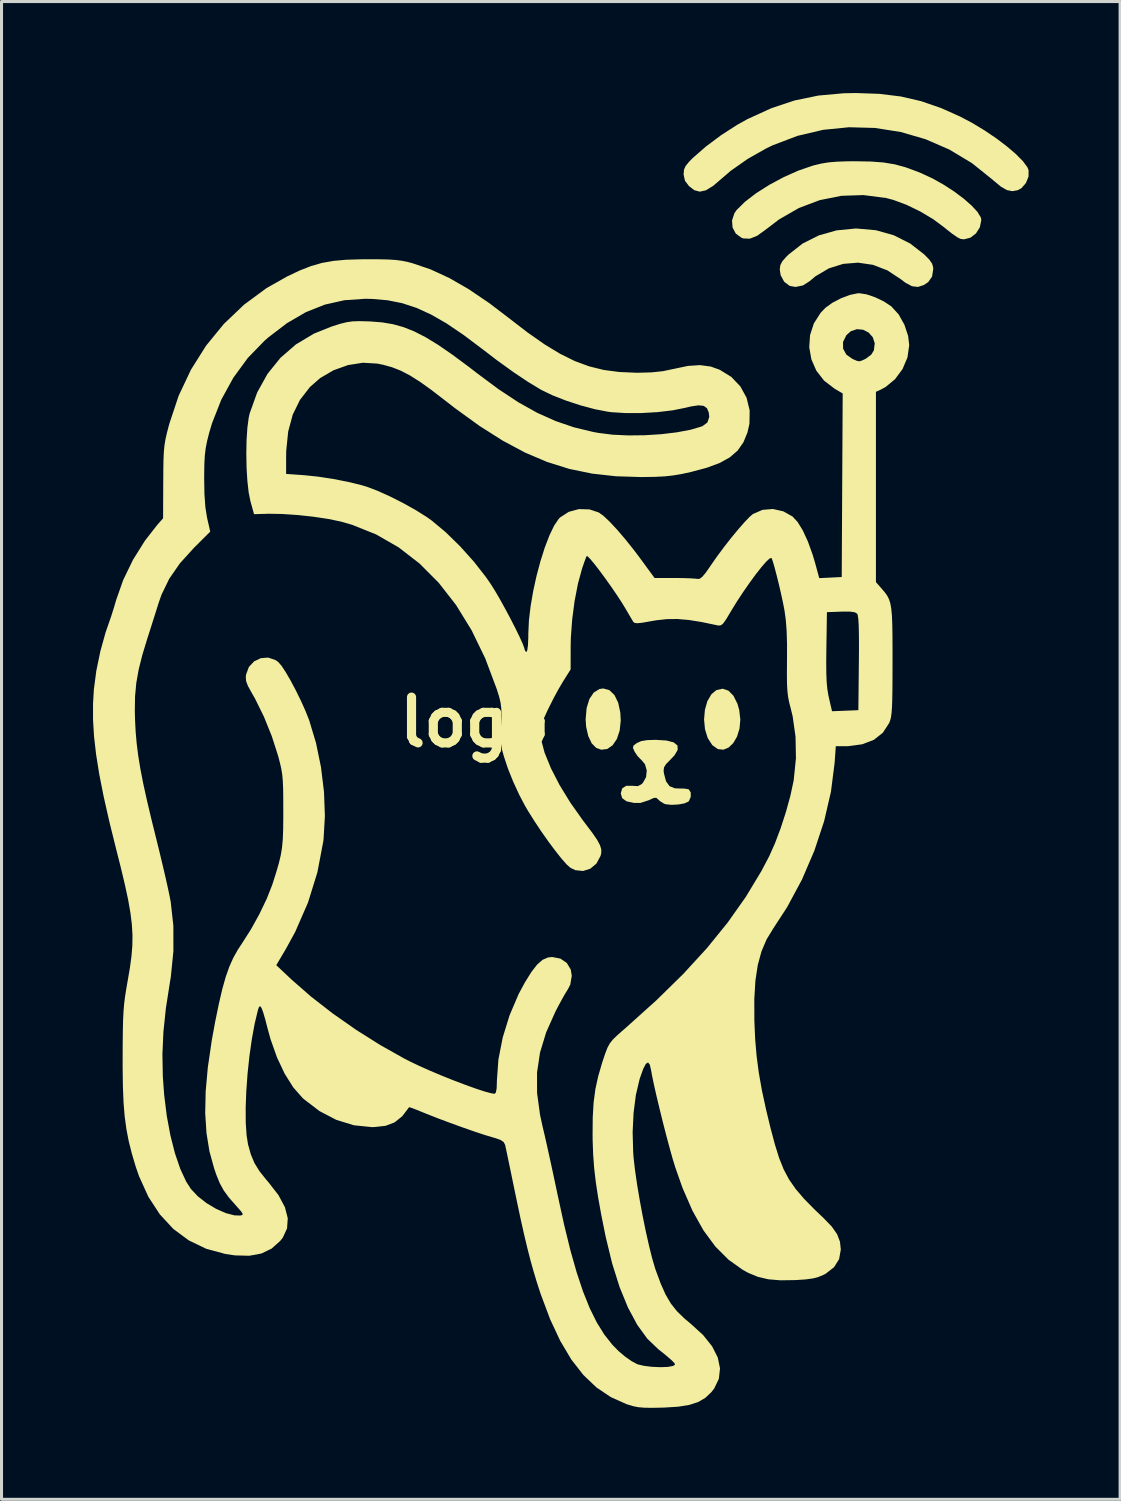
<source format=kicad_pcb>
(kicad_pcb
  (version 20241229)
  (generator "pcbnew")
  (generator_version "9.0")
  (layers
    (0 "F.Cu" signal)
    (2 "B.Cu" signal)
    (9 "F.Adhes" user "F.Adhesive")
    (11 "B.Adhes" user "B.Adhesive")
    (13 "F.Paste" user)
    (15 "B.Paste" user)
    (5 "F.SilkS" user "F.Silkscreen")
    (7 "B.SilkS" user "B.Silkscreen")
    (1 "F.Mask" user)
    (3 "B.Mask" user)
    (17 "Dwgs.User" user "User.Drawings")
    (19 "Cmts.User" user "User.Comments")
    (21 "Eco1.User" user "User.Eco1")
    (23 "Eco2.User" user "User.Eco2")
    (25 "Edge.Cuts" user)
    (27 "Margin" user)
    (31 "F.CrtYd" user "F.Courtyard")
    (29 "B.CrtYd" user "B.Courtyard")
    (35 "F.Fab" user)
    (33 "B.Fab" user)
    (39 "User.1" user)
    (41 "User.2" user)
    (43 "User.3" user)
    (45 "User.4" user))
  (footprint "logo"
    (layer "F.Cu")
    (at 12.514 20.628)
    (property "Reference" "logo" (at 0 0 0) (layer "F.SilkS") (effects (font (size 1.5 1.5) (thickness 0.3))))
    (attr board_only exclude_from_pos_files exclude_from_bom)
    (fp_poly (pts (xy 4.416 -1.05) (xy 4.582 -0.89) (xy 4.704 -0.64) (xy 4.774 -0.315) (xy 4.788 -0.054) (xy 4.753 0.278) (xy 4.66 0.553) (xy 4.52 0.758) (xy 4.346 0.879) (xy 4.15 0.903) (xy 3.985 0.844) (xy 3.836 0.694) (xy 3.722 0.453) (xy 3.653 0.15) (xy 3.637 -0.09) (xy 3.669 -0.461) (xy 3.76 -0.759) (xy 3.903 -0.972) (xy 4.091 -1.088) (xy 4.214 -1.106)) (stroke (width 0) (type solid)) (fill yes) (layer "F.SilkS"))
    (fp_poly (pts (xy 8.319 -1.034) (xy 8.484 -0.866) (xy 8.615 -0.602) (xy 8.673 -0.398) (xy 8.709 -0.083) (xy 8.682 0.212) (xy 8.601 0.472) (xy 8.479 0.683) (xy 8.326 0.831) (xy 8.154 0.902) (xy 7.972 0.882) (xy 7.793 0.755) (xy 7.787 0.75) (xy 7.638 0.517) (xy 7.55 0.229) (xy 7.52 -0.088) (xy 7.547 -0.403) (xy 7.628 -0.69) (xy 7.762 -0.918) (xy 7.921 -1.05) (xy 8.128 -1.098)) (stroke (width 0) (type solid)) (fill yes) (layer "F.SilkS"))
    (fp_poly (pts (xy 13.152 -16.13) (xy 13.742 -15.964) (xy 14.28 -15.692) (xy 14.736 -15.338) (xy 14.906 -15.165) (xy 14.998 -15.031) (xy 15.032 -14.904) (xy 15.034 -14.86) (xy 14.995 -14.609) (xy 14.869 -14.429) (xy 14.722 -14.332) (xy 14.53 -14.27) (xy 14.336 -14.294) (xy 14.117 -14.412) (xy 13.975 -14.52) (xy 13.53 -14.813) (xy 13.057 -14.995) (xy 12.57 -15.066) (xy 12.083 -15.027) (xy 11.612 -14.879) (xy 11.173 -14.62) (xy 10.97 -14.451) (xy 10.759 -14.319) (xy 10.521 -14.27) (xy 10.327 -14.304) (xy 10.146 -14.441) (xy 10.031 -14.655) (xy 10.002 -14.846) (xy 10.02 -14.984) (xy 10.086 -15.112) (xy 10.222 -15.266) (xy 10.291 -15.333) (xy 10.752 -15.694) (xy 11.282 -15.96) (xy 11.865 -16.125) (xy 12.487 -16.186) (xy 12.518 -16.186)) (stroke (width 0) (type solid)) (fill yes) (layer "F.SilkS"))
    (fp_poly (pts (xy 12.988 -18.382) (xy 13.404 -18.351) (xy 13.775 -18.289) (xy 14.136 -18.19) (xy 14.525 -18.047) (xy 14.647 -17.997) (xy 15.013 -17.826) (xy 15.377 -17.622) (xy 15.723 -17.397) (xy 16.034 -17.164) (xy 16.293 -16.937) (xy 16.485 -16.728) (xy 16.593 -16.55) (xy 16.61 -16.467) (xy 16.562 -16.226) (xy 16.434 -16.024) (xy 16.253 -15.885) (xy 16.042 -15.831) (xy 15.929 -15.845) (xy 15.821 -15.9) (xy 15.654 -16.015) (xy 15.458 -16.168) (xy 15.398 -16.219) (xy 15.037 -16.488) (xy 14.61 -16.743) (xy 14.159 -16.962) (xy 13.724 -17.124) (xy 13.488 -17.186) (xy 12.746 -17.282) (xy 12.019 -17.258) (xy 11.312 -17.116) (xy 10.631 -16.859) (xy 9.982 -16.486) (xy 9.537 -16.147) (xy 9.259 -15.946) (xy 9.019 -15.852) (xy 8.805 -15.861) (xy 8.751 -15.88) (xy 8.561 -16.018) (xy 8.454 -16.219) (xy 8.437 -16.451) (xy 8.514 -16.686) (xy 8.588 -16.793) (xy 8.863 -17.064) (xy 9.229 -17.345) (xy 9.66 -17.618) (xy 10.128 -17.869) (xy 10.607 -18.083) (xy 11.068 -18.242) (xy 11.124 -18.258) (xy 11.362 -18.315) (xy 11.6 -18.354) (xy 11.87 -18.377) (xy 12.204 -18.389) (xy 12.488 -18.391)) (stroke (width 0) (type solid)) (fill yes) (layer "F.SilkS"))
    (fp_poly (pts (xy 6.288 0.601) (xy 6.525 0.663) (xy 6.648 0.764) (xy 6.656 0.906) (xy 6.55 1.087) (xy 6.419 1.226) (xy 6.275 1.372) (xy 6.207 1.481) (xy 6.193 1.593) (xy 6.204 1.678) (xy 6.273 1.939) (xy 6.388 2.098) (xy 6.562 2.168) (xy 6.691 2.173) (xy 6.869 2.177) (xy 6.999 2.197) (xy 7.022 2.207) (xy 7.083 2.305) (xy 7.083 2.449) (xy 7.026 2.581) (xy 7 2.608) (xy 6.87 2.664) (xy 6.671 2.699) (xy 6.453 2.71) (xy 6.268 2.691) (xy 6.212 2.674) (xy 6.074 2.588) (xy 6.013 2.53) (xy 5.952 2.479) (xy 5.869 2.484) (xy 5.727 2.55) (xy 5.712 2.557) (xy 5.432 2.648) (xy 5.229 2.648) (xy 4.979 2.595) (xy 4.836 2.492) (xy 4.789 2.336) (xy 4.789 2.334) (xy 4.836 2.17) (xy 4.969 2.085) (xy 5.178 2.086) (xy 5.345 2.097) (xy 5.465 2.037) (xy 5.512 1.991) (xy 5.618 1.803) (xy 5.641 1.584) (xy 5.583 1.38) (xy 5.485 1.261) (xy 5.342 1.115) (xy 5.242 0.966) (xy 5.187 0.841) (xy 5.208 0.765) (xy 5.315 0.685) (xy 5.456 0.621) (xy 5.657 0.588) (xy 5.937 0.579)) (stroke (width 0) (type solid)) (fill yes) (layer "F.SilkS"))
    (fp_poly (pts (xy 13.266 -20.601) (xy 13.971 -20.515) (xy 14.636 -20.361) (xy 15.298 -20.132) (xy 15.916 -19.856) (xy 16.317 -19.644) (xy 16.715 -19.403) (xy 17.096 -19.146) (xy 17.442 -18.884) (xy 17.739 -18.631) (xy 17.969 -18.399) (xy 18.117 -18.201) (xy 18.16 -18.099) (xy 18.158 -17.889) (xy 18.072 -17.677) (xy 17.925 -17.508) (xy 17.805 -17.442) (xy 17.626 -17.41) (xy 17.45 -17.445) (xy 17.254 -17.557) (xy 17.013 -17.756) (xy 16.983 -17.784) (xy 16.303 -18.329) (xy 15.565 -18.773) (xy 14.781 -19.114) (xy 13.964 -19.351) (xy 13.123 -19.483) (xy 12.272 -19.506) (xy 11.422 -19.421) (xy 10.584 -19.224) (xy 9.771 -18.915) (xy 9.561 -18.814) (xy 8.946 -18.466) (xy 8.396 -18.079) (xy 8.093 -17.819) (xy 7.811 -17.579) (xy 7.578 -17.438) (xy 7.379 -17.394) (xy 7.2 -17.442) (xy 7.027 -17.575) (xy 6.895 -17.749) (xy 6.851 -17.943) (xy 6.85 -17.98) (xy 6.863 -18.119) (xy 6.917 -18.239) (xy 7.031 -18.378) (xy 7.153 -18.501) (xy 7.582 -18.875) (xy 8.08 -19.247) (xy 8.6 -19.582) (xy 8.947 -19.775) (xy 9.725 -20.13) (xy 10.488 -20.384) (xy 11.267 -20.545) (xy 12.096 -20.62) (xy 12.488 -20.628)) (stroke (width 0) (type solid)) (fill yes) (layer "F.SilkS"))
    (fp_poly (pts (xy -3.141 -15.177) (xy -2.83 -15.17) (xy -2.586 -15.154) (xy -2.381 -15.127) (xy -2.19 -15.087) (xy -2.044 -15.049) (xy -1.447 -14.846) (xy -0.836 -14.564) (xy -0.199 -14.198) (xy 0.477 -13.74) (xy 1.117 -13.252) (xy 1.733 -12.778) (xy 2.288 -12.389) (xy 2.799 -12.079) (xy 3.282 -11.84) (xy 3.754 -11.666) (xy 4.233 -11.548) (xy 4.735 -11.482) (xy 5.276 -11.458) (xy 5.353 -11.457) (xy 5.797 -11.469) (xy 6.169 -11.508) (xy 6.512 -11.58) (xy 6.522 -11.582) (xy 6.992 -11.681) (xy 7.389 -11.707) (xy 7.739 -11.66) (xy 8.029 -11.557) (xy 8.414 -11.32) (xy 8.711 -11.007) (xy 8.914 -10.636) (xy 9.015 -10.223) (xy 9.008 -9.785) (xy 8.942 -9.496) (xy 8.809 -9.174) (xy 8.622 -8.907) (xy 8.369 -8.686) (xy 8.035 -8.5) (xy 7.607 -8.341) (xy 7.092 -8.204) (xy 6.782 -8.136) (xy 6.509 -8.09) (xy 6.236 -8.06) (xy 5.924 -8.044) (xy 5.536 -8.038) (xy 5.456 -8.037) (xy 4.628 -8.063) (xy 3.848 -8.15) (xy 3.102 -8.304) (xy 2.374 -8.532) (xy 1.65 -8.84) (xy 0.916 -9.232) (xy 0.155 -9.715) (xy -0.646 -10.295) (xy -0.97 -10.546) (xy -1.416 -10.89) (xy -1.793 -11.16) (xy -2.122 -11.368) (xy -2.42 -11.523) (xy -2.709 -11.637) (xy -3.006 -11.719) (xy -3.196 -11.757) (xy -3.667 -11.785) (xy -4.154 -11.708) (xy -4.63 -11.538) (xy -5.067 -11.282) (xy -5.4 -10.991) (xy -5.729 -10.567) (xy -5.967 -10.081) (xy -6.116 -9.526) (xy -6.18 -8.893) (xy -6.183 -8.704) (xy -6.183 -8.14) (xy -5.592 -8.098) (xy -5.138 -8.051) (xy -4.642 -7.975) (xy -4.152 -7.879) (xy -3.714 -7.772) (xy -3.546 -7.722) (xy -3.195 -7.59) (xy -2.784 -7.405) (xy -2.352 -7.187) (xy -1.936 -6.955) (xy -1.575 -6.729) (xy -1.409 -6.611) (xy -0.95 -6.228) (xy -0.478 -5.766) (xy -0.026 -5.262) (xy 0.375 -4.749) (xy 0.526 -4.53) (xy 0.671 -4.298) (xy 0.836 -4.015) (xy 1.008 -3.703) (xy 1.179 -3.382) (xy 1.337 -3.073) (xy 1.472 -2.796) (xy 1.573 -2.572) (xy 1.629 -2.421) (xy 1.636 -2.379) (xy 1.675 -2.309) (xy 1.697 -2.304) (xy 1.725 -2.361) (xy 1.746 -2.523) (xy 1.757 -2.771) (xy 1.758 -2.917) (xy 1.778 -3.339) (xy 1.833 -3.806) (xy 1.918 -4.299) (xy 2.027 -4.796) (xy 2.156 -5.279) (xy 2.298 -5.727) (xy 2.449 -6.121) (xy 2.602 -6.44) (xy 2.752 -6.664) (xy 2.798 -6.712) (xy 3.083 -6.896) (xy 3.415 -6.986) (xy 3.762 -6.977) (xy 4.066 -6.876) (xy 4.22 -6.767) (xy 4.427 -6.571) (xy 4.675 -6.305) (xy 4.95 -5.983) (xy 5.238 -5.621) (xy 5.423 -5.375) (xy 5.897 -4.728) (xy 6.54 -4.728) (xy 6.819 -4.725) (xy 7.063 -4.717) (xy 7.238 -4.706) (xy 7.305 -4.697) (xy 7.375 -4.702) (xy 7.459 -4.763) (xy 7.569 -4.894) (xy 7.722 -5.112) (xy 7.759 -5.168) (xy 7.956 -5.449) (xy 8.179 -5.749) (xy 8.414 -6.049) (xy 8.644 -6.327) (xy 8.851 -6.563) (xy 9.02 -6.738) (xy 9.122 -6.825) (xy 9.435 -6.961) (xy 9.776 -6.99) (xy 10.118 -6.913) (xy 10.42 -6.744) (xy 10.586 -6.565) (xy 10.758 -6.285) (xy 10.925 -5.922) (xy 11.079 -5.495) (xy 11.159 -5.226) (xy 11.296 -4.723) (xy 11.665 -4.741) (xy 12.033 -4.759) (xy 12.049 -7.768) (xy 12.065 -10.778) (xy 11.798 -10.935) (xy 11.454 -11.199) (xy 11.2 -11.526) (xy 11.038 -11.897) (xy 10.968 -12.291) (xy 10.98 -12.466) (xy 12.076 -12.466) (xy 12.079 -12.245) (xy 12.186 -12.05) (xy 12.387 -11.909) (xy 12.526 -11.849) (xy 12.611 -11.832) (xy 12.7 -11.859) (xy 12.823 -11.917) (xy 13.001 -12.05) (xy 13.087 -12.19) (xy 13.116 -12.422) (xy 13.051 -12.621) (xy 12.916 -12.774) (xy 12.734 -12.867) (xy 12.531 -12.886) (xy 12.331 -12.818) (xy 12.185 -12.687) (xy 12.076 -12.466) (xy 10.98 -12.466) (xy 10.995 -12.69) (xy 11.119 -13.074) (xy 11.343 -13.424) (xy 11.5 -13.587) (xy 11.729 -13.752) (xy 12.011 -13.899) (xy 12.303 -14.009) (xy 12.559 -14.062) (xy 12.609 -14.064) (xy 12.844 -14.028) (xy 13.126 -13.933) (xy 13.409 -13.798) (xy 13.649 -13.641) (xy 13.662 -13.63) (xy 13.9 -13.368) (xy 14.089 -13.031) (xy 14.211 -12.663) (xy 14.246 -12.361) (xy 14.189 -11.96) (xy 14.028 -11.579) (xy 13.782 -11.246) (xy 13.468 -10.987) (xy 13.312 -10.903) (xy 13.155 -10.832) (xy 13.155 -7.712) (xy 13.155 -4.593) (xy 13.344 -4.377) (xy 13.442 -4.262) (xy 13.52 -4.155) (xy 13.58 -4.039) (xy 13.625 -3.902) (xy 13.657 -3.726) (xy 13.679 -3.499) (xy 13.691 -3.204) (xy 13.697 -2.828) (xy 13.699 -2.354) (xy 13.699 -1.987) (xy 13.698 -1.468) (xy 13.695 -1.055) (xy 13.69 -0.734) (xy 13.681 -0.489) (xy 13.668 -0.307) (xy 13.65 -0.173) (xy 13.626 -0.071) (xy 13.595 0.012) (xy 13.587 0.031) (xy 13.381 0.346) (xy 13.088 0.578) (xy 12.709 0.724) (xy 12.245 0.786) (xy 12.13 0.788) (xy 11.839 0.788) (xy 11.8 1.337) (xy 11.68 2.28) (xy 11.456 3.246) (xy 11.136 4.214) (xy 10.729 5.161) (xy 10.243 6.065) (xy 9.791 6.76) (xy 9.571 7.119) (xy 9.402 7.515) (xy 9.281 7.962) (xy 9.203 8.477) (xy 9.167 9.076) (xy 9.169 9.774) (xy 9.17 9.821) (xy 9.196 10.403) (xy 9.243 10.952) (xy 9.315 11.497) (xy 9.416 12.069) (xy 9.552 12.698) (xy 9.699 13.306) (xy 9.842 13.844) (xy 9.98 14.287) (xy 10.13 14.662) (xy 10.306 14.992) (xy 10.523 15.304) (xy 10.795 15.623) (xy 11.138 15.972) (xy 11.437 16.258) (xy 11.707 16.537) (xy 11.882 16.788) (xy 11.976 17.035) (xy 12.003 17.292) (xy 11.947 17.605) (xy 11.781 17.87) (xy 11.508 18.082) (xy 11.44 18.118) (xy 11.271 18.189) (xy 11.085 18.238) (xy 10.847 18.27) (xy 10.524 18.291) (xy 10.501 18.292) (xy 10.023 18.299) (xy 9.63 18.266) (xy 9.289 18.187) (xy 8.97 18.055) (xy 8.79 17.957) (xy 8.32 17.622) (xy 7.891 17.192) (xy 7.499 16.66) (xy 7.142 16.022) (xy 6.815 15.274) (xy 6.576 14.596) (xy 6.49 14.316) (xy 6.39 13.957) (xy 6.28 13.545) (xy 6.167 13.106) (xy 6.058 12.664) (xy 5.958 12.244) (xy 5.874 11.872) (xy 5.812 11.574) (xy 5.785 11.419) (xy 5.741 11.228) (xy 5.683 11.156) (xy 5.611 11.203) (xy 5.524 11.369) (xy 5.422 11.655) (xy 5.402 11.719) (xy 5.284 12.222) (xy 5.209 12.807) (xy 5.178 13.441) (xy 5.196 14.092) (xy 5.21 14.285) (xy 5.255 14.68) (xy 5.322 15.144) (xy 5.407 15.652) (xy 5.504 16.177) (xy 5.609 16.691) (xy 5.716 17.169) (xy 5.82 17.585) (xy 5.916 17.911) (xy 5.931 17.955) (xy 6.098 18.407) (xy 6.258 18.766) (xy 6.43 19.059) (xy 6.631 19.312) (xy 6.877 19.552) (xy 7.088 19.728) (xy 7.489 20.094) (xy 7.784 20.464) (xy 7.969 20.83) (xy 8.043 21.187) (xy 8.005 21.528) (xy 7.852 21.847) (xy 7.757 21.968) (xy 7.56 22.153) (xy 7.327 22.29) (xy 7.037 22.384) (xy 6.67 22.443) (xy 6.206 22.472) (xy 6.153 22.473) (xy 5.812 22.48) (xy 5.56 22.476) (xy 5.365 22.459) (xy 5.197 22.426) (xy 5.023 22.374) (xy 4.969 22.356) (xy 4.459 22.127) (xy 3.991 21.811) (xy 3.562 21.403) (xy 3.168 20.897) (xy 2.806 20.288) (xy 2.471 19.572) (xy 2.161 18.743) (xy 2.039 18.368) (xy 1.93 18.006) (xy 1.827 17.637) (xy 1.726 17.243) (xy 1.621 16.803) (xy 1.508 16.299) (xy 1.383 15.709) (xy 1.277 15.198) (xy 1.2 14.824) (xy 1.129 14.483) (xy 1.069 14.195) (xy 1.024 13.982) (xy 0.998 13.864) (xy 0.996 13.856) (xy 0.951 13.768) (xy 0.849 13.698) (xy 0.662 13.632) (xy 0.586 13.611) (xy 0.327 13.533) (xy -0.014 13.42) (xy -0.405 13.283) (xy -0.816 13.134) (xy -1.217 12.984) (xy -1.576 12.843) (xy -1.692 12.795) (xy -1.901 12.71) (xy -2.061 12.649) (xy -2.145 12.623) (xy -2.151 12.624) (xy -2.379 12.923) (xy -2.627 13.121) (xy -2.922 13.234) (xy -3.294 13.275) (xy -3.377 13.276) (xy -3.961 13.216) (xy -4.534 13.04) (xy -5.084 12.754) (xy -5.598 12.362) (xy -5.643 12.322) (xy -5.948 11.975) (xy -6.23 11.526) (xy -6.482 10.993) (xy -6.694 10.393) (xy -6.777 10.093) (xy -6.868 9.744) (xy -6.938 9.503) (xy -6.993 9.362) (xy -7.036 9.31) (xy -7.072 9.339) (xy -7.105 9.429) (xy -7.214 9.882) (xy -7.308 10.398) (xy -7.387 10.955) (xy -7.448 11.53) (xy -7.489 12.1) (xy -7.509 12.641) (xy -7.507 13.131) (xy -7.479 13.547) (xy -7.433 13.838) (xy -7.339 14.174) (xy -7.221 14.455) (xy -7.057 14.721) (xy -6.825 15.012) (xy -6.761 15.085) (xy -6.433 15.508) (xy -6.223 15.901) (xy -6.129 16.264) (xy -6.152 16.596) (xy -6.292 16.9) (xy -6.378 17.009) (xy -6.66 17.26) (xy -6.994 17.421) (xy -7.39 17.494) (xy -7.859 17.482) (xy -8.17 17.437) (xy -8.803 17.265) (xy -9.375 16.99) (xy -9.883 16.613) (xy -10.325 16.135) (xy -10.7 15.56) (xy -11.005 14.888) (xy -11.118 14.561) (xy -11.244 14.134) (xy -11.344 13.735) (xy -11.42 13.34) (xy -11.476 12.928) (xy -11.513 12.475) (xy -11.534 11.959) (xy -11.543 11.356) (xy -11.543 11.003) (xy -11.541 10.496) (xy -11.536 10.089) (xy -11.528 9.758) (xy -11.514 9.482) (xy -11.494 9.237) (xy -11.465 9.002) (xy -11.426 8.755) (xy -11.377 8.474) (xy -11.305 8.054) (xy -11.254 7.678) (xy -11.225 7.327) (xy -11.22 6.984) (xy -11.241 6.63) (xy -11.288 6.248) (xy -11.363 5.82) (xy -11.469 5.328) (xy -11.606 4.753) (xy -11.758 4.153) (xy -11.983 3.244) (xy -12.166 2.434) (xy -12.309 1.711) (xy -12.413 1.059) (xy -12.481 0.466) (xy -12.514 -0.083) (xy -12.514 -0.383) (xy -11.144 -0.383) (xy -11.137 -0.091) (xy -11.117 0.305) (xy -11.083 0.696) (xy -11.032 1.099) (xy -10.961 1.533) (xy -10.867 2.016) (xy -10.746 2.565) (xy -10.596 3.198) (xy -10.456 3.763) (xy -10.344 4.215) (xy -10.237 4.663) (xy -10.139 5.081) (xy -10.057 5.447) (xy -9.996 5.737) (xy -9.968 5.885) (xy -9.88 6.673) (xy -9.879 7.507) (xy -9.963 8.347) (xy -9.991 8.517) (xy -10.124 9.37) (xy -10.206 10.148) (xy -10.239 10.883) (xy -10.226 11.611) (xy -10.182 12.215) (xy -10.097 12.904) (xy -9.977 13.549) (xy -9.828 14.135) (xy -9.654 14.645) (xy -9.46 15.062) (xy -9.304 15.305) (xy -9.079 15.544) (xy -8.796 15.766) (xy -8.481 15.954) (xy -8.166 16.094) (xy -7.877 16.17) (xy -7.684 16.175) (xy -7.618 16.158) (xy -7.607 16.119) (xy -7.659 16.039) (xy -7.785 15.896) (xy -7.824 15.852) (xy -8.058 15.586) (xy -8.226 15.357) (xy -8.355 15.123) (xy -8.471 14.84) (xy -8.542 14.633) (xy -8.697 14.071) (xy -8.794 13.471) (xy -8.836 12.82) (xy -8.821 12.106) (xy -8.75 11.317) (xy -8.622 10.441) (xy -8.51 9.825) (xy -8.39 9.242) (xy -8.278 8.759) (xy -8.166 8.359) (xy -8.047 8.021) (xy -7.916 7.727) (xy -7.765 7.458) (xy -7.639 7.267) (xy -7.339 6.797) (xy -7.059 6.291) (xy -6.818 5.789) (xy -6.637 5.329) (xy -6.619 5.274) (xy -6.504 4.909) (xy -6.418 4.612) (xy -6.357 4.353) (xy -6.316 4.103) (xy -6.292 3.833) (xy -6.28 3.512) (xy -6.276 3.112) (xy -6.276 2.91) (xy -6.277 2.493) (xy -6.281 2.173) (xy -6.292 1.922) (xy -6.311 1.716) (xy -6.341 1.53) (xy -6.385 1.336) (xy -6.444 1.111) (xy -6.45 1.091) (xy -6.652 0.461) (xy -6.909 -0.176) (xy -7.199 -0.766) (xy -7.318 -0.975) (xy -7.436 -1.189) (xy -7.495 -1.346) (xy -7.505 -1.485) (xy -7.496 -1.562) (xy -7.404 -1.81) (xy -7.234 -1.993) (xy -7.014 -2.099) (xy -6.771 -2.118) (xy -6.533 -2.038) (xy -6.442 -1.974) (xy -6.334 -1.849) (xy -6.192 -1.634) (xy -6.03 -1.354) (xy -5.86 -1.033) (xy -5.694 -0.694) (xy -5.545 -0.361) (xy -5.426 -0.061) (xy -5.203 0.681) (xy -5.04 1.475) (xy -4.941 2.288) (xy -4.912 3.082) (xy -4.955 3.824) (xy -4.965 3.91) (xy -5.158 4.923) (xy -5.467 5.917) (xy -5.886 6.877) (xy -6.185 7.424) (xy -6.506 7.967) (xy -5.996 8.447) (xy -5.369 8.995) (xy -4.655 9.55) (xy -3.886 10.088) (xy -3.093 10.588) (xy -2.308 11.029) (xy -2.135 11.118) (xy -1.823 11.267) (xy -1.464 11.427) (xy -1.078 11.59) (xy -0.686 11.747) (xy -0.306 11.891) (xy 0.039 12.015) (xy 0.33 12.11) (xy 0.547 12.168) (xy 0.652 12.184) (xy 0.695 12.14) (xy 0.72 12.001) (xy 0.728 11.754) (xy 0.728 11.745) (xy 0.777 11.058) (xy 0.919 10.336) (xy 1.143 9.611) (xy 1.44 8.914) (xy 1.645 8.533) (xy 1.86 8.188) (xy 2.049 7.945) (xy 2.225 7.791) (xy 2.402 7.714) (xy 2.539 7.699) (xy 2.809 7.751) (xy 3.019 7.894) (xy 3.149 8.109) (xy 3.182 8.315) (xy 3.133 8.606) (xy 3.053 8.76) (xy 2.97 8.893) (xy 2.852 9.101) (xy 2.719 9.349) (xy 2.647 9.487) (xy 2.342 10.171) (xy 2.142 10.829) (xy 2.044 11.484) (xy 2.045 12.159) (xy 2.143 12.879) (xy 2.223 13.246) (xy 2.292 13.537) (xy 2.378 13.919) (xy 2.475 14.36) (xy 2.578 14.834) (xy 2.679 15.31) (xy 2.726 15.533) (xy 2.932 16.478) (xy 3.136 17.31) (xy 3.342 18.037) (xy 3.553 18.67) (xy 3.772 19.215) (xy 4.003 19.681) (xy 4.249 20.078) (xy 4.513 20.412) (xy 4.723 20.626) (xy 4.932 20.801) (xy 5.148 20.952) (xy 5.328 21.048) (xy 5.347 21.055) (xy 5.549 21.103) (xy 5.809 21.135) (xy 6.082 21.147) (xy 6.326 21.139) (xy 6.497 21.108) (xy 6.504 21.105) (xy 6.565 21.069) (xy 6.55 21.015) (xy 6.451 20.915) (xy 6.443 20.908) (xy 6.292 20.777) (xy 6.102 20.623) (xy 6.015 20.555) (xy 5.66 20.214) (xy 5.329 19.759) (xy 5.025 19.192) (xy 4.75 18.52) (xy 4.506 17.744) (xy 4.294 16.871) (xy 4.284 16.821) (xy 4.151 16.16) (xy 4.048 15.59) (xy 3.971 15.087) (xy 3.917 14.625) (xy 3.884 14.179) (xy 3.867 13.723) (xy 3.865 13.518) (xy 3.87 12.949) (xy 3.899 12.464) (xy 3.957 12.029) (xy 4.049 11.608) (xy 4.178 11.166) (xy 4.192 11.124) (xy 4.278 10.866) (xy 4.35 10.679) (xy 4.427 10.535) (xy 4.529 10.406) (xy 4.677 10.262) (xy 4.89 10.075) (xy 4.972 10.004) (xy 5.958 9.117) (xy 6.836 8.256) (xy 7.612 7.41) (xy 8.292 6.572) (xy 8.885 5.733) (xy 9.398 4.884) (xy 9.657 4.393) (xy 9.845 3.97) (xy 10.033 3.471) (xy 10.206 2.937) (xy 10.35 2.412) (xy 10.452 1.939) (xy 10.461 1.885) (xy 10.532 1.183) (xy 10.519 0.479) (xy 10.425 -0.189) (xy 10.361 -0.455) (xy 10.311 -0.646) (xy 10.276 -0.824) (xy 10.253 -1.014) (xy 10.24 -1.242) (xy 10.236 -1.533) (xy 10.238 -1.913) (xy 10.238 -1.969) (xy 11.525 -1.969) (xy 11.528 -1.611) (xy 11.539 -1.328) (xy 11.56 -1.099) (xy 11.592 -0.899) (xy 11.613 -0.801) (xy 11.715 -0.359) (xy 12.147 -0.376) (xy 12.579 -0.394) (xy 12.595 -1.932) (xy 12.599 -2.457) (xy 12.597 -2.869) (xy 12.59 -3.178) (xy 12.577 -3.39) (xy 12.557 -3.516) (xy 12.54 -3.556) (xy 12.461 -3.603) (xy 12.308 -3.625) (xy 12.06 -3.626) (xy 12.009 -3.624) (xy 11.548 -3.607) (xy 11.53 -2.425) (xy 11.525 -1.969) (xy 10.238 -1.969) (xy 10.239 -2.031) (xy 10.24 -2.565) (xy 10.227 -3.001) (xy 10.198 -3.364) (xy 10.156 -3.668) (xy 10.107 -3.92) (xy 10.044 -4.21) (xy 9.974 -4.515) (xy 9.901 -4.808) (xy 9.834 -5.065) (xy 9.777 -5.261) (xy 9.737 -5.373) (xy 9.728 -5.386) (xy 9.668 -5.367) (xy 9.555 -5.261) (xy 9.4 -5.082) (xy 9.214 -4.846) (xy 9.01 -4.567) (xy 8.798 -4.262) (xy 8.59 -3.945) (xy 8.397 -3.631) (xy 8.371 -3.586) (xy 8.241 -3.369) (xy 8.149 -3.24) (xy 8.077 -3.179) (xy 8.003 -3.168) (xy 7.95 -3.177) (xy 7.439 -3.284) (xy 7.012 -3.352) (xy 6.641 -3.383) (xy 6.296 -3.379) (xy 5.948 -3.34) (xy 5.733 -3.303) (xy 5.482 -3.259) (xy 5.325 -3.244) (xy 5.237 -3.258) (xy 5.201 -3.288) (xy 5.146 -3.379) (xy 5.052 -3.538) (xy 4.959 -3.698) (xy 4.825 -3.919) (xy 4.658 -4.174) (xy 4.472 -4.446) (xy 4.28 -4.716) (xy 4.094 -4.968) (xy 3.927 -5.184) (xy 3.792 -5.346) (xy 3.702 -5.437) (xy 3.672 -5.449) (xy 3.643 -5.384) (xy 3.588 -5.235) (xy 3.52 -5.035) (xy 3.519 -5.032) (xy 3.385 -4.541) (xy 3.275 -3.973) (xy 3.196 -3.368) (xy 3.152 -2.769) (xy 3.146 -2.486) (xy 3.145 -1.729) (xy 2.896 -1.334) (xy 2.756 -1.098) (xy 2.595 -0.801) (xy 2.439 -0.492) (xy 2.377 -0.364) (xy 2.258 -0.103) (xy 2.183 0.079) (xy 2.146 0.216) (xy 2.14 0.338) (xy 2.157 0.477) (xy 2.171 0.552) (xy 2.292 1.002) (xy 2.499 1.51) (xy 2.782 2.06) (xy 3.133 2.633) (xy 3.542 3.212) (xy 3.627 3.324) (xy 3.855 3.626) (xy 4.012 3.855) (xy 4.107 4.031) (xy 4.15 4.172) (xy 4.148 4.297) (xy 4.125 4.386) (xy 3.99 4.636) (xy 3.791 4.803) (xy 3.552 4.879) (xy 3.3 4.852) (xy 3.137 4.774) (xy 3.015 4.665) (xy 2.844 4.471) (xy 2.639 4.212) (xy 2.412 3.907) (xy 2.179 3.576) (xy 1.953 3.236) (xy 1.748 2.909) (xy 1.648 2.738) (xy 1.454 2.368) (xy 1.264 1.954) (xy 1.103 1.557) (xy 1.056 1.422) (xy 0.959 1.129) (xy 0.897 0.909) (xy 0.863 0.722) (xy 0.851 0.528) (xy 0.856 0.286) (xy 0.864 0.1) (xy 0.876 -0.207) (xy 0.873 -0.436) (xy 0.85 -0.628) (xy 0.803 -0.827) (xy 0.727 -1.073) (xy 0.724 -1.082) (xy 0.344 -2.094) (xy -0.102 -3.014) (xy -0.611 -3.841) (xy -1.181 -4.572) (xy -1.809 -5.202) (xy -2.493 -5.731) (xy -3.23 -6.155) (xy -4.016 -6.47) (xy -4.383 -6.576) (xy -4.795 -6.662) (xy -5.284 -6.736) (xy -5.804 -6.792) (xy -6.312 -6.826) (xy -6.762 -6.834) (xy -6.815 -6.832) (xy -7.235 -6.82) (xy -7.353 -7.244) (xy -7.412 -7.537) (xy -7.454 -7.916) (xy -7.48 -8.348) (xy -7.488 -8.803) (xy -7.48 -9.249) (xy -7.453 -9.655) (xy -7.409 -9.988) (xy -7.378 -10.124) (xy -7.132 -10.81) (xy -6.794 -11.419) (xy -6.369 -11.946) (xy -5.859 -12.388) (xy -5.268 -12.741) (xy -4.681 -12.976) (xy -4.407 -13.062) (xy -4.194 -13.115) (xy -3.998 -13.142) (xy -3.776 -13.149) (xy -3.483 -13.141) (xy -3.425 -13.139) (xy -3.043 -13.109) (xy -2.685 -13.05) (xy -2.336 -12.953) (xy -1.981 -12.812) (xy -1.605 -12.619) (xy -1.193 -12.367) (xy -0.731 -12.049) (xy -0.204 -11.658) (xy 0.091 -11.431) (xy 0.788 -10.913) (xy 1.434 -10.487) (xy 2.05 -10.143) (xy 2.652 -9.873) (xy 3.26 -9.666) (xy 3.891 -9.514) (xy 4.064 -9.483) (xy 4.52 -9.426) (xy 5.034 -9.402) (xy 5.575 -9.408) (xy 6.115 -9.442) (xy 6.625 -9.503) (xy 7.077 -9.588) (xy 7.44 -9.695) (xy 7.469 -9.707) (xy 7.63 -9.826) (xy 7.69 -10.009) (xy 7.673 -10.157) (xy 7.614 -10.295) (xy 7.508 -10.371) (xy 7.338 -10.389) (xy 7.087 -10.351) (xy 6.893 -10.305) (xy 6.481 -10.223) (xy 5.993 -10.166) (xy 5.471 -10.136) (xy 4.956 -10.134) (xy 4.492 -10.163) (xy 4.359 -10.18) (xy 3.938 -10.262) (xy 3.468 -10.388) (xy 2.99 -10.545) (xy 2.548 -10.718) (xy 2.184 -10.894) (xy 2.182 -10.895) (xy 1.761 -11.149) (xy 1.27 -11.477) (xy 0.727 -11.869) (xy 0.242 -12.24) (xy -0.369 -12.699) (xy -0.92 -13.072) (xy -1.428 -13.364) (xy -1.909 -13.584) (xy -2.379 -13.738) (xy -2.856 -13.833) (xy -3.355 -13.877) (xy -3.594 -13.882) (xy -4.272 -13.835) (xy -4.916 -13.69) (xy -5.538 -13.442) (xy -6.15 -13.086) (xy -6.766 -12.616) (xy -6.893 -12.505) (xy -7.437 -11.945) (xy -7.912 -11.296) (xy -8.308 -10.575) (xy -8.613 -9.8) (xy -8.706 -9.487) (xy -8.774 -9.217) (xy -8.82 -8.981) (xy -8.849 -8.742) (xy -8.864 -8.464) (xy -8.869 -8.111) (xy -8.87 -8.002) (xy -8.861 -7.476) (xy -8.831 -7.053) (xy -8.778 -6.717) (xy -8.771 -6.685) (xy -8.671 -6.248) (xy -9.206 -5.715) (xy -9.665 -5.209) (xy -10.015 -4.703) (xy -10.27 -4.178) (xy -10.364 -3.908) (xy -10.436 -3.677) (xy -10.533 -3.372) (xy -10.639 -3.037) (xy -10.729 -2.758) (xy -10.897 -2.206) (xy -11.017 -1.728) (xy -11.095 -1.288) (xy -11.136 -0.852) (xy -11.144 -0.383) (xy -12.514 -0.383) (xy -12.514 -0.601) (xy -12.486 -1.077) (xy -12.406 -1.686) (xy -12.273 -2.327) (xy -12.103 -2.941) (xy -12.003 -3.229) (xy -11.92 -3.468) (xy -11.828 -3.757) (xy -11.754 -4.011) (xy -11.524 -4.664) (xy -11.203 -5.325) (xy -10.81 -5.954) (xy -10.405 -6.472) (xy -10.217 -6.685) (xy -10.212 -7.874) (xy -10.209 -8.29) (xy -10.204 -8.61) (xy -10.192 -8.863) (xy -10.172 -9.073) (xy -10.14 -9.268) (xy -10.094 -9.474) (xy -10.031 -9.717) (xy -10.011 -9.788) (xy -9.707 -10.702) (xy -9.303 -11.557) (xy -8.807 -12.345) (xy -8.224 -13.058) (xy -7.561 -13.69) (xy -6.824 -14.233) (xy -6.153 -14.613) (xy -5.738 -14.809) (xy -5.368 -14.954) (xy -5.011 -15.057) (xy -4.637 -15.124) (xy -4.213 -15.162) (xy -3.71 -15.177) (xy -3.546 -15.178)) (stroke (width 0) (type solid)) (fill yes) (layer "F.SilkS")))
  (gr_rect
    (start -3 -3)
    (end 33.675 46.108)
    (stroke (width 0.1) (type default))
    (fill no)
    (layer "Edge.Cuts")))
</source>
